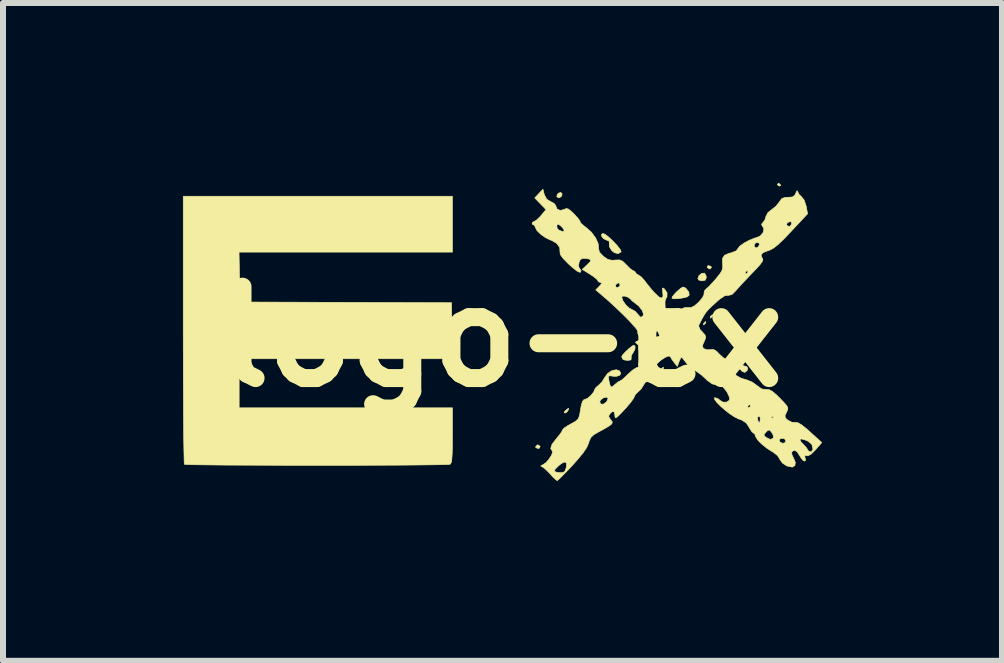
<source format=kicad_pcb>
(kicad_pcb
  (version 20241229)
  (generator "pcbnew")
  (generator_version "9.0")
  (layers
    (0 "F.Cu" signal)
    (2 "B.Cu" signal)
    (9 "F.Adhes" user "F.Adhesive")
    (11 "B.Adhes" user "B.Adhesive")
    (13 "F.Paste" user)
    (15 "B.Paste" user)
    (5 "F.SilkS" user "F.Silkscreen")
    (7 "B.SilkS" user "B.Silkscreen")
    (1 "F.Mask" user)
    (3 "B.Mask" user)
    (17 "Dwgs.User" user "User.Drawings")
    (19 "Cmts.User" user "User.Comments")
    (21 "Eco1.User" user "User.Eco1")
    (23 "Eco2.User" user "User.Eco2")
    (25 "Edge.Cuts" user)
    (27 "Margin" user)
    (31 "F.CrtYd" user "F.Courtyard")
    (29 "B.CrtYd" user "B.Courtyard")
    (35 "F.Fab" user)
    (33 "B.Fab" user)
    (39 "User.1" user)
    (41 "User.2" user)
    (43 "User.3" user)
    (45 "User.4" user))
  (footprint "logo-ex"
    (layer "F.Cu")
    (at 5.311 2.564)
    (property "Reference" "logo-ex" (at 0 0 0) (layer "F.SilkS") (effects (font (size 1.524 1.524) (thickness 0.3))))
    (attr through_hole)
    (fp_poly (pts (xy 0.64 1.824) (xy 0.644 1.832) (xy 0.63 1.858) (xy 0.607 1.863) (xy 0.572 1.848) (xy 0.57 1.832) (xy 0.599 1.803) (xy 0.607 1.802) (xy 0.64 1.824)) (stroke (width 0.01) (type solid)) (fill yes) (layer "F.SilkS"))
    (fp_poly (pts (xy 1.011 -2.382) (xy 1.002 -2.342) (xy 0.963 -2.315) (xy 0.924 -2.332) (xy 0.922 -2.335) (xy 0.929 -2.369) (xy 0.947 -2.392) (xy 0.988 -2.406) (xy 1.011 -2.382)) (stroke (width 0.01) (type solid)) (fill yes) (layer "F.SilkS"))
    (fp_poly (pts (xy 1.116 1.215) (xy 1.112 1.224) (xy 1.087 1.258) (xy 1.057 1.273) (xy 1.044 1.259) (xy 1.063 1.235) (xy 1.087 1.213) (xy 1.118 1.192) (xy 1.116 1.215)) (stroke (width 0.01) (type solid)) (fill yes) (layer "F.SilkS"))
    (fp_poly (pts (xy 2.7 0.526) (xy 2.695 0.536) (xy 2.669 0.563) (xy 2.664 0.564) (xy 2.662 0.546) (xy 2.667 0.536) (xy 2.694 0.509) (xy 2.699 0.508) (xy 2.7 0.526)) (stroke (width 0.01) (type solid)) (fill yes) (layer "F.SilkS"))
    (fp_poly (pts (xy 3.406 -0.236) (xy 3.401 -0.226) (xy 3.374 -0.199) (xy 3.369 -0.198) (xy 3.367 -0.216) (xy 3.373 -0.226) (xy 3.399 -0.253) (xy 3.404 -0.254) (xy 3.406 -0.236)) (stroke (width 0.01) (type solid)) (fill yes) (layer "F.SilkS"))
    (fp_poly (pts (xy 3.494 -1.171) (xy 3.5 -1.157) (xy 3.479 -1.13) (xy 3.473 -1.129) (xy 3.435 -1.149) (xy 3.429 -1.157) (xy 3.435 -1.181) (xy 3.456 -1.185) (xy 3.494 -1.171)) (stroke (width 0.01) (type solid)) (fill yes) (layer "F.SilkS"))
    (fp_poly (pts (xy 3.519 -0.349) (xy 3.514 -0.339) (xy 3.487 -0.312) (xy 3.482 -0.31) (xy 3.48 -0.329) (xy 3.485 -0.339) (xy 3.512 -0.366) (xy 3.517 -0.367) (xy 3.519 -0.349)) (stroke (width 0.01) (type solid)) (fill yes) (layer "F.SilkS"))
    (fp_poly (pts (xy 4.628 -2.554) (xy 4.655 -2.529) (xy 4.657 -2.524) (xy 4.635 -2.512) (xy 4.628 -2.512) (xy 4.601 -2.533) (xy 4.6 -2.542) (xy 4.618 -2.559) (xy 4.628 -2.554)) (stroke (width 0.01) (type solid)) (fill yes) (layer "F.SilkS"))
    (fp_poly (pts (xy 3.385 -1.059) (xy 3.41 -1.019) (xy 3.415 -0.986) (xy 3.397 -0.943) (xy 3.344 -0.931) (xy 3.289 -0.945) (xy 3.274 -0.97) (xy 3.293 -1.02) (xy 3.337 -1.056) (xy 3.382 -1.061) (xy 3.385 -1.059)) (stroke (width 0.01) (type solid)) (fill yes) (layer "F.SilkS"))
    (fp_poly (pts (xy 3.058 -0.819) (xy 3.08 -0.801) (xy 3.124 -0.742) (xy 3.128 -0.691) (xy 3.097 -0.665) (xy 3.018 -0.646) (xy 2.935 -0.634) (xy 2.868 -0.633) (xy 2.841 -0.64) (xy 2.849 -0.668) (xy 2.89 -0.718) (xy 2.925 -0.753) (xy 2.988 -0.808) (xy 3.027 -0.829) (xy 3.058 -0.819)) (stroke (width 0.01) (type solid)) (fill yes) (layer "F.SilkS"))
    (fp_poly (pts (xy 2.228 0.162) (xy 2.224 0.209) (xy 2.198 0.26) (xy 2.188 0.271) (xy 2.162 0.323) (xy 2.163 0.354) (xy 2.159 0.386) (xy 2.11 0.395) (xy 2.05 0.388) (xy 2.023 0.376) (xy 2.004 0.334) (xy 2.004 0.332) (xy 2.023 0.299) (xy 2.071 0.248) (xy 2.129 0.194) (xy 2.182 0.153) (xy 2.208 0.141) (xy 2.228 0.162)) (stroke (width 0.01) (type solid)) (fill yes) (layer "F.SilkS"))
    (fp_poly (pts (xy 1.734 -1.703) (xy 1.794 -1.655) (xy 1.862 -1.591) (xy 1.926 -1.523) (xy 1.974 -1.462) (xy 1.994 -1.422) (xy 1.992 -1.415) (xy 1.946 -1.385) (xy 1.883 -1.401) (xy 1.837 -1.437) (xy 1.798 -1.503) (xy 1.797 -1.548) (xy 1.795 -1.593) (xy 1.748 -1.613) (xy 1.746 -1.613) (xy 1.701 -1.635) (xy 1.671 -1.672) (xy 1.667 -1.707) (xy 1.693 -1.722) (xy 1.734 -1.703)) (stroke (width 0.01) (type solid)) (fill yes) (layer "F.SilkS"))
    (fp_poly (pts (xy -0.818 -1.411) (xy -4.376 -1.411) (xy -4.36 -0.579) (xy -2.596 -0.573) (xy -0.833 -0.567) (xy -0.825 -0.1) (xy -0.817 0.367) (xy -4.374 0.367) (xy -4.374 1.185) (xy -0.818 1.185) (xy -0.818 1.648) (xy -0.819 1.824) (xy -0.822 1.952) (xy -0.828 2.038) (xy -0.836 2.091) (xy -0.849 2.119) (xy -0.86 2.127) (xy -0.896 2.13) (xy -0.982 2.133) (xy -1.114 2.135) (xy -1.286 2.137) (xy -1.493 2.139) (xy -1.73 2.141) (xy -1.991 2.142) (xy -2.271 2.143) (xy -2.565 2.144) (xy -2.869 2.144) (xy -3.175 2.144) (xy -3.48 2.144) (xy -3.778 2.143) (xy -4.064 2.142) (xy -4.332 2.141) (xy -4.577 2.14) (xy -4.795 2.138) (xy -4.979 2.136) (xy -5.125 2.134) (xy -5.227 2.131) (xy -5.28 2.128) (xy -5.286 2.127) (xy -5.29 2.096) (xy -5.292 2.013) (xy -5.295 1.883) (xy -5.298 1.709) (xy -5.3 1.495) (xy -5.302 1.247) (xy -5.303 0.968) (xy -5.305 0.663) (xy -5.305 0.336) (xy -5.306 -0.009) (xy -5.306 -0.118) (xy -5.306 -2.342) (xy -0.818 -2.342) (xy -0.818 -1.411)) (stroke (width 0.01) (type solid)) (fill yes) (layer "F.SilkS"))
    (fp_poly (pts (xy 0.713 -2.371) (xy 0.755 -2.291) (xy 0.82 -2.253) (xy 0.878 -2.222) (xy 0.903 -2.189) (xy 0.903 -2.188) (xy 0.926 -2.13) (xy 0.979 -2.105) (xy 1.041 -2.121) (xy 1.078 -2.137) (xy 1.115 -2.129) (xy 1.167 -2.088) (xy 1.21 -2.046) (xy 1.269 -1.982) (xy 1.305 -1.934) (xy 1.311 -1.916) (xy 1.325 -1.891) (xy 1.374 -1.848) (xy 1.413 -1.819) (xy 1.499 -1.742) (xy 1.568 -1.649) (xy 1.611 -1.555) (xy 1.619 -1.477) (xy 1.618 -1.472) (xy 1.632 -1.412) (xy 1.697 -1.342) (xy 1.771 -1.29) (xy 1.841 -1.274) (xy 1.894 -1.278) (xy 1.966 -1.281) (xy 2.018 -1.26) (xy 2.077 -1.204) (xy 2.084 -1.196) (xy 2.141 -1.139) (xy 2.187 -1.105) (xy 2.199 -1.101) (xy 2.228 -1.082) (xy 2.23 -1.074) (xy 2.253 -1.045) (xy 2.279 -1.032) (xy 2.329 -0.998) (xy 2.382 -0.939) (xy 2.385 -0.935) (xy 2.437 -0.867) (xy 2.507 -0.782) (xy 2.55 -0.734) (xy 2.623 -0.664) (xy 2.671 -0.644) (xy 2.693 -0.674) (xy 2.687 -0.753) (xy 2.686 -0.757) (xy 2.68 -0.808) (xy 2.695 -0.812) (xy 2.719 -0.794) (xy 2.76 -0.732) (xy 2.759 -0.665) (xy 2.739 -0.634) (xy 2.726 -0.59) (xy 2.727 -0.51) (xy 2.732 -0.466) (xy 2.756 -0.366) (xy 2.793 -0.321) (xy 2.847 -0.329) (xy 2.895 -0.369) (xy 2.963 -0.369) (xy 2.98 -0.341) (xy 3.04 -0.313) (xy 3.04 -0.313) (xy 3.037 -0.332) (xy 3.035 -0.339) (xy 3.133 -0.339) (xy 3.143 -0.315) (xy 3.151 -0.32) (xy 3.155 -0.353) (xy 3.151 -0.357) (xy 3.135 -0.354) (xy 3.133 -0.339) (xy 3.035 -0.339) (xy 3.03 -0.353) (xy 3.002 -0.388) (xy 2.973 -0.392) (xy 2.963 -0.369) (xy 2.895 -0.369) (xy 2.921 -0.39) (xy 2.933 -0.403) (xy 3.001 -0.464) (xy 3.06 -0.487) (xy 3.104 -0.486) (xy 3.165 -0.488) (xy 3.224 -0.519) (xy 3.288 -0.577) (xy 3.347 -0.646) (xy 3.376 -0.701) (xy 3.376 -0.72) (xy 3.384 -0.766) (xy 3.413 -0.797) (xy 3.459 -0.838) (xy 3.524 -0.907) (xy 3.583 -0.975) (xy 3.648 -1.057) (xy 3.657 -1.072) (xy 4.064 -1.072) (xy 4.074 -1.045) (xy 4.076 -1.044) (xy 4.101 -1.064) (xy 4.106 -1.072) (xy 4.104 -1.098) (xy 4.094 -1.101) (xy 4.065 -1.08) (xy 4.064 -1.072) (xy 3.657 -1.072) (xy 3.681 -1.116) (xy 3.689 -1.171) (xy 3.685 -1.217) (xy 3.683 -1.303) (xy 3.717 -1.357) (xy 3.794 -1.391) (xy 3.838 -1.401) (xy 3.915 -1.433) (xy 3.945 -1.475) (xy 3.971 -1.507) (xy 4.214 -1.507) (xy 4.219 -1.497) (xy 4.247 -1.48) (xy 4.279 -1.499) (xy 4.304 -1.539) (xy 4.291 -1.562) (xy 4.252 -1.573) (xy 4.219 -1.548) (xy 4.214 -1.507) (xy 3.971 -1.507) (xy 3.977 -1.514) (xy 4.045 -1.562) (xy 4.132 -1.609) (xy 4.22 -1.644) (xy 4.256 -1.653) (xy 4.32 -1.685) (xy 4.363 -1.74) (xy 4.375 -1.799) (xy 4.349 -1.846) (xy 4.345 -1.85) (xy 4.338 -1.87) (xy 4.752 -1.87) (xy 4.761 -1.852) (xy 4.803 -1.836) (xy 4.835 -1.875) (xy 4.836 -1.877) (xy 4.832 -1.913) (xy 4.813 -1.919) (xy 4.767 -1.903) (xy 4.752 -1.87) (xy 4.338 -1.87) (xy 4.335 -1.878) (xy 4.357 -1.901) (xy 4.393 -1.953) (xy 4.408 -2.002) (xy 4.441 -2.069) (xy 4.5 -2.116) (xy 4.575 -2.175) (xy 4.63 -2.245) (xy 4.673 -2.303) (xy 4.73 -2.324) (xy 4.779 -2.325) (xy 4.851 -2.33) (xy 4.89 -2.359) (xy 4.907 -2.396) (xy 4.927 -2.435) (xy 4.937 -2.426) (xy 4.937 -2.423) (xy 4.96 -2.373) (xy 4.998 -2.338) (xy 5.047 -2.277) (xy 5.079 -2.178) (xy 5.08 -2.175) (xy 5.103 -2.05) (xy 4.83 -1.758) (xy 4.707 -1.629) (xy 4.612 -1.538) (xy 4.537 -1.479) (xy 4.477 -1.446) (xy 4.453 -1.438) (xy 4.363 -1.404) (xy 4.327 -1.366) (xy 4.342 -1.318) (xy 4.348 -1.311) (xy 4.357 -1.285) (xy 4.345 -1.249) (xy 4.304 -1.195) (xy 4.23 -1.114) (xy 4.182 -1.065) (xy 4.088 -0.966) (xy 3.999 -0.872) (xy 3.931 -0.796) (xy 3.907 -0.768) (xy 3.842 -0.704) (xy 3.788 -0.69) (xy 3.78 -0.692) (xy 3.722 -0.683) (xy 3.638 -0.627) (xy 3.608 -0.601) (xy 3.513 -0.515) (xy 3.449 -0.453) (xy 3.405 -0.401) (xy 3.37 -0.346) (xy 3.336 -0.284) (xy 3.272 -0.16) (xy 3.347 -0.082) (xy 3.394 -0.028) (xy 3.405 0.013) (xy 3.386 0.066) (xy 3.378 0.081) (xy 3.352 0.144) (xy 3.357 0.18) (xy 3.375 0.2) (xy 3.431 0.218) (xy 3.483 0.215) (xy 3.538 0.213) (xy 3.59 0.246) (xy 3.632 0.291) (xy 3.698 0.35) (xy 3.793 0.403) (xy 3.926 0.452) (xy 4.085 0.497) (xy 4.106 0.522) (xy 4.096 0.562) (xy 4.063 0.59) (xy 4.048 0.593) (xy 4.003 0.571) (xy 3.986 0.549) (xy 3.942 0.52) (xy 3.914 0.524) (xy 3.87 0.558) (xy 3.874 0.602) (xy 3.918 0.649) (xy 3.996 0.692) (xy 4.091 0.72) (xy 4.18 0.756) (xy 4.259 0.814) (xy 4.261 0.815) (xy 4.338 0.871) (xy 4.411 0.88) (xy 4.461 0.883) (xy 4.514 0.91) (xy 4.582 0.967) (xy 4.641 1.025) (xy 4.717 1.104) (xy 4.76 1.155) (xy 4.774 1.192) (xy 4.767 1.228) (xy 4.751 1.26) (xy 4.726 1.318) (xy 4.734 1.355) (xy 4.773 1.391) (xy 4.843 1.426) (xy 4.895 1.428) (xy 4.938 1.432) (xy 4.999 1.466) (xy 5.085 1.534) (xy 5.146 1.589) (xy 5.339 1.764) (xy 5.237 1.883) (xy 5.161 1.958) (xy 5.107 1.986) (xy 5.088 1.983) (xy 5.055 1.981) (xy 5.06 2.012) (xy 5.069 2.062) (xy 5.05 2.074) (xy 5.016 2.051) (xy 4.979 1.997) (xy 4.976 1.991) (xy 4.928 1.917) (xy 4.881 1.891) (xy 4.841 1.918) (xy 4.839 1.92) (xy 4.84 1.963) (xy 4.868 2.021) (xy 4.899 2.094) (xy 4.891 2.149) (xy 4.848 2.173) (xy 4.842 2.173) (xy 4.757 2.154) (xy 4.682 2.105) (xy 4.639 2.043) (xy 4.639 2.04) (xy 4.602 1.982) (xy 4.532 1.926) (xy 4.519 1.919) (xy 4.426 1.86) (xy 4.339 1.79) (xy 4.292 1.743) (xy 4.634 1.743) (xy 4.647 1.759) (xy 4.692 1.778) (xy 4.732 1.762) (xy 4.741 1.736) (xy 4.728 1.716) (xy 4.973 1.716) (xy 4.996 1.757) (xy 5.032 1.794) (xy 5.082 1.848) (xy 5.107 1.888) (xy 5.108 1.892) (xy 5.131 1.916) (xy 5.151 1.919) (xy 5.186 1.896) (xy 5.192 1.87) (xy 5.174 1.795) (xy 5.114 1.743) (xy 5.068 1.723) (xy 4.998 1.703) (xy 4.973 1.716) (xy 4.728 1.716) (xy 4.718 1.701) (xy 4.685 1.693) (xy 4.636 1.707) (xy 4.634 1.743) (xy 4.292 1.743) (xy 4.271 1.721) (xy 4.236 1.665) (xy 4.233 1.651) (xy 4.224 1.629) (xy 4.377 1.629) (xy 4.385 1.657) (xy 4.416 1.681) (xy 4.481 1.712) (xy 4.525 1.696) (xy 4.535 1.676) (xy 4.527 1.635) (xy 4.504 1.593) (xy 4.47 1.556) (xy 4.441 1.561) (xy 4.411 1.589) (xy 4.377 1.629) (xy 4.224 1.629) (xy 4.218 1.614) (xy 4.205 1.609) (xy 4.175 1.586) (xy 4.138 1.528) (xy 4.129 1.511) (xy 4.082 1.439) (xy 4.01 1.391) (xy 3.952 1.369) (xy 3.928 1.358) (xy 4.267 1.358) (xy 4.277 1.403) (xy 4.295 1.438) (xy 4.306 1.421) (xy 4.311 1.402) (xy 4.313 1.351) (xy 4.307 1.336) (xy 4.497 1.336) (xy 4.501 1.353) (xy 4.516 1.355) (xy 4.539 1.344) (xy 4.534 1.336) (xy 4.501 1.332) (xy 4.497 1.336) (xy 4.307 1.336) (xy 4.306 1.334) (xy 4.279 1.327) (xy 4.267 1.358) (xy 3.928 1.358) (xy 3.887 1.338) (xy 3.809 1.287) (xy 3.728 1.224) (xy 3.653 1.158) (xy 3.652 1.157) (xy 4.106 1.157) (xy 4.109 1.183) (xy 4.119 1.185) (xy 4.148 1.165) (xy 4.149 1.157) (xy 4.139 1.13) (xy 4.136 1.129) (xy 4.112 1.149) (xy 4.106 1.157) (xy 3.652 1.157) (xy 3.592 1.097) (xy 3.554 1.048) (xy 3.549 1.02) (xy 3.561 1.016) (xy 3.615 1.036) (xy 3.642 1.06) (xy 3.694 1.091) (xy 3.754 1.09) (xy 3.797 1.06) (xy 3.804 1.043) (xy 3.794 0.993) (xy 3.76 0.923) (xy 3.746 0.902) (xy 3.689 0.834) (xy 3.628 0.807) (xy 3.593 0.804) (xy 3.512 0.786) (xy 3.429 0.726) (xy 3.409 0.706) (xy 3.332 0.636) (xy 3.254 0.579) (xy 3.23 0.564) (xy 3.161 0.522) (xy 3.114 0.48) (xy 3.07 0.423) (xy 3.038 0.381) (xy 3.008 0.346) (xy 2.988 0.352) (xy 2.965 0.406) (xy 2.963 0.409) (xy 2.931 0.494) (xy 2.879 0.43) (xy 2.837 0.372) (xy 2.816 0.333) (xy 2.788 0.321) (xy 2.733 0.342) (xy 2.664 0.386) (xy 2.594 0.447) (xy 2.549 0.498) (xy 2.508 0.558) (xy 2.5 0.595) (xy 2.523 0.628) (xy 2.523 0.629) (xy 2.55 0.665) (xy 2.534 0.698) (xy 2.512 0.719) (xy 2.462 0.749) (xy 2.429 0.749) (xy 2.398 0.758) (xy 2.372 0.8) (xy 2.328 0.87) (xy 2.281 0.915) (xy 2.233 0.96) (xy 2.216 0.998) (xy 2.197 1.035) (xy 2.149 1.1) (xy 2.08 1.182) (xy 2.053 1.211) (xy 1.975 1.294) (xy 1.927 1.339) (xy 1.901 1.352) (xy 1.892 1.336) (xy 1.891 1.314) (xy 1.88 1.255) (xy 1.848 1.247) (xy 1.806 1.285) (xy 1.786 1.326) (xy 1.809 1.37) (xy 1.817 1.379) (xy 1.848 1.421) (xy 1.839 1.451) (xy 1.817 1.471) (xy 1.766 1.505) (xy 1.685 1.552) (xy 1.626 1.583) (xy 1.539 1.633) (xy 1.489 1.681) (xy 1.461 1.744) (xy 1.454 1.769) (xy 1.423 1.843) (xy 1.361 1.935) (xy 1.264 2.053) (xy 1.186 2.14) (xy 1.093 2.239) (xy 1.014 2.32) (xy 0.957 2.376) (xy 0.929 2.399) (xy 0.928 2.399) (xy 0.9 2.379) (xy 0.85 2.33) (xy 0.817 2.293) (xy 0.768 2.242) (xy 0.881 2.242) (xy 0.917 2.258) (xy 0.953 2.264) (xy 1.021 2.266) (xy 1.058 2.241) (xy 1.081 2.175) (xy 1.083 2.166) (xy 1.085 2.106) (xy 1.054 2.088) (xy 0.997 2.114) (xy 0.947 2.155) (xy 0.892 2.211) (xy 0.881 2.242) (xy 0.768 2.242) (xy 0.754 2.227) (xy 0.699 2.181) (xy 0.68 2.17) (xy 0.654 2.154) (xy 0.678 2.139) (xy 0.691 2.134) (xy 0.738 2.102) (xy 0.787 2.047) (xy 0.829 1.985) (xy 0.851 1.931) (xy 0.845 1.904) (xy 0.82 1.862) (xy 0.842 1.794) (xy 0.914 1.701) (xy 0.917 1.697) (xy 0.973 1.629) (xy 1.009 1.575) (xy 1.016 1.556) (xy 1.039 1.527) (xy 1.099 1.486) (xy 1.154 1.455) (xy 1.235 1.41) (xy 1.279 1.369) (xy 1.301 1.312) (xy 1.311 1.254) (xy 1.33 1.143) (xy 1.348 1.086) (xy 1.637 1.086) (xy 1.656 1.122) (xy 1.699 1.124) (xy 1.748 1.089) (xy 1.749 1.088) (xy 1.773 1.041) (xy 1.774 1.02) (xy 1.745 1.007) (xy 1.698 1.02) (xy 1.654 1.051) (xy 1.637 1.086) (xy 1.348 1.086) (xy 1.35 1.078) (xy 1.374 1.049) (xy 1.395 1.044) (xy 1.439 1.024) (xy 1.493 0.976) (xy 1.537 0.921) (xy 1.552 0.883) (xy 1.574 0.847) (xy 1.618 0.81) (xy 1.677 0.752) (xy 1.72 0.681) (xy 1.769 0.613) (xy 1.839 0.566) (xy 1.913 0.55) (xy 1.966 0.568) (xy 1.99 0.609) (xy 1.969 0.644) (xy 1.914 0.661) (xy 1.857 0.658) (xy 1.801 0.65) (xy 1.782 0.666) (xy 1.789 0.72) (xy 1.792 0.737) (xy 1.81 0.812) (xy 1.829 0.839) (xy 1.86 0.824) (xy 1.894 0.793) (xy 1.946 0.751) (xy 1.982 0.734) (xy 2.013 0.715) (xy 2.068 0.666) (xy 2.113 0.621) (xy 2.184 0.558) (xy 2.249 0.517) (xy 2.28 0.508) (xy 2.341 0.484) (xy 2.396 0.426) (xy 2.426 0.356) (xy 2.427 0.339) (xy 2.405 0.291) (xy 2.371 0.261) (xy 2.326 0.221) (xy 2.314 0.193) (xy 2.294 0.152) (xy 2.283 0.141) (xy 2.554 0.141) (xy 2.561 0.165) (xy 2.581 0.169) (xy 2.619 0.155) (xy 2.625 0.141) (xy 2.604 0.114) (xy 2.598 0.113) (xy 2.56 0.133) (xy 2.554 0.141) (xy 2.283 0.141) (xy 2.265 0.124) (xy 2.233 0.094) (xy 2.25 0.077) (xy 2.28 0.067) (xy 2.325 0.05) (xy 2.32 0.023) (xy 2.301 0.000495) (xy 2.272 -0.053) (xy 2.271 -0.088) (xy 2.257 -0.12) (xy 2.207 -0.182) (xy 2.184 -0.207) (xy 2.33 -0.207) (xy 2.331 -0.131) (xy 2.366 -0.071) (xy 2.422 -0.042) (xy 2.476 -0.052) (xy 2.521 -0.066) (xy 2.552 -0.037) (xy 2.564 -0.013) (xy 2.594 0.032) (xy 2.629 0.059) (xy 2.651 0.056) (xy 2.653 0.047) (xy 2.642 0.000187) (xy 2.618 -0.062) (xy 2.589 -0.116) (xy 2.567 -0.141) (xy 2.567 -0.141) (xy 2.532 -0.159) (xy 2.478 -0.202) (xy 2.467 -0.212) (xy 2.402 -0.265) (xy 2.364 -0.276) (xy 2.341 -0.244) (xy 2.33 -0.207) (xy 2.184 -0.207) (xy 2.128 -0.268) (xy 2.027 -0.37) (xy 1.91 -0.482) (xy 1.786 -0.596) (xy 1.711 -0.662) (xy 2.004 -0.662) (xy 2.024 -0.6) (xy 2.072 -0.531) (xy 2.129 -0.477) (xy 2.158 -0.463) (xy 2.224 -0.427) (xy 2.273 -0.375) (xy 2.313 -0.329) (xy 2.345 -0.331) (xy 2.352 -0.337) (xy 2.368 -0.376) (xy 2.346 -0.436) (xy 2.342 -0.443) (xy 2.292 -0.508) (xy 2.244 -0.548) (xy 2.18 -0.596) (xy 2.151 -0.628) (xy 2.11 -0.659) (xy 2.057 -0.677) (xy 2.015 -0.676) (xy 2.004 -0.662) (xy 1.711 -0.662) (xy 1.659 -0.706) (xy 1.653 -0.711) (xy 1.571 -0.781) (xy 1.625 -0.835) (xy 1.9 -0.835) (xy 1.931 -0.818) (xy 1.97 -0.841) (xy 1.976 -0.863) (xy 1.959 -0.896) (xy 1.942 -0.897) (xy 1.905 -0.869) (xy 1.9 -0.835) (xy 1.625 -0.835) (xy 1.632 -0.842) (xy 1.669 -0.885) (xy 1.663 -0.902) (xy 1.651 -0.903) (xy 1.613 -0.918) (xy 1.609 -0.931) (xy 1.587 -0.961) (xy 1.53 -1.006) (xy 1.477 -1.041) (xy 1.346 -1.123) (xy 1.421 -1.193) (xy 1.477 -1.249) (xy 1.489 -1.28) (xy 1.455 -1.297) (xy 1.409 -1.305) (xy 1.343 -1.306) (xy 1.308 -1.276) (xy 1.295 -1.247) (xy 1.283 -1.174) (xy 1.297 -1.147) (xy 1.324 -1.107) (xy 1.326 -1.095) (xy 1.31 -1.072) (xy 1.261 -1.093) (xy 1.178 -1.159) (xy 1.113 -1.218) (xy 1.025 -1.308) (xy 0.98 -1.372) (xy 0.975 -1.414) (xy 0.971 -1.487) (xy 0.921 -1.556) (xy 0.834 -1.607) (xy 0.819 -1.612) (xy 0.735 -1.651) (xy 0.654 -1.708) (xy 0.592 -1.769) (xy 0.565 -1.822) (xy 0.564 -1.826) (xy 0.552 -1.851) (xy 0.922 -1.851) (xy 0.929 -1.802) (xy 0.954 -1.78) (xy 1.017 -1.752) (xy 1.044 -1.766) (xy 1.044 -1.774) (xy 1.025 -1.809) (xy 0.991 -1.845) (xy 0.95 -1.876) (xy 0.929 -1.867) (xy 0.922 -1.851) (xy 0.552 -1.851) (xy 0.547 -1.86) (xy 0.536 -1.863) (xy 0.51 -1.879) (xy 0.516 -1.908) (xy 0.543 -1.921) (xy 0.581 -1.943) (xy 0.636 -1.994) (xy 0.66 -2.021) (xy 0.742 -2.12) (xy 0.554 -2.314) (xy 0.622 -2.386) (xy 0.691 -2.459) (xy 0.713 -2.371)) (stroke (width 0.01) (type solid)) (fill yes) (layer "F.SilkS")))
  (gr_rect
    (start -3 -3)
    (end 13.655 7.967)
    (stroke (width 0.1) (type default))
    (fill no)
    (layer "Edge.Cuts")))
</source>
